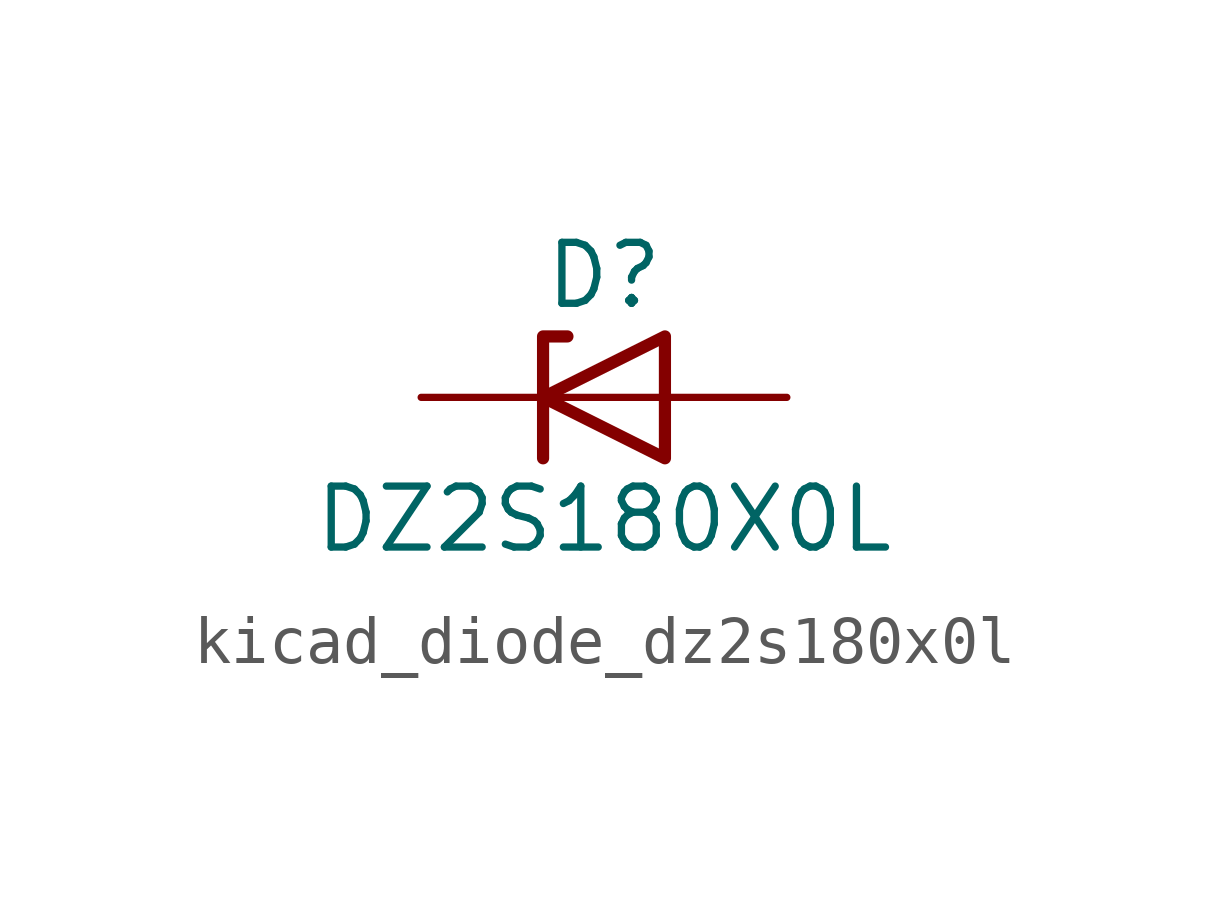
<source format=kicad_sym>
(kicad_symbol_lib
  (version 20220914)
  (generator kicad_symbol_editor)
  (symbol "kicad_diode_dz2s180x0l"
    (pin_numbers hide)
    (pin_names hide)
    (property "Reference" "D"
      (at 0 2.54 0)
      (effects (font (size 1.27 1.27))))
    (property "Value" "DZ2S180X0L"
      (at 0 -2.54 0)
      (effects (font (size 1.27 1.27))))
    (symbol "kicad_diode_dz2s180x0l_0_1"
      (polyline (pts (xy 1.27 0) (xy -1.27 0)) (stroke (width 0) (type default)) (fill (type none)))
      (polyline (pts (xy -1.27 -1.27) (xy -1.27 1.27) (xy -0.762 1.27)) (stroke (width 0.254) (type default)) (fill (type none)))
      (polyline (pts (xy 1.27 -1.27) (xy 1.27 1.27) (xy -1.27 0) (xy 1.27 -1.27)) (stroke (width 0.254) (type default)) (fill (type none))))
    (symbol "kicad_diode_dz2s180x0l_1_1"
      (pin passive line (at -3.81 0 0) (length 2.54) (name "K" (effects (font (size 1.27 1.27)))) (number "1" (effects (font (size 1.27 1.27)))))
      (pin passive line (at 3.81 0 180) (length 2.54) (name "A" (effects (font (size 1.27 1.27)))) (number "2" (effects (font (size 1.27 1.27))))))))
</source>
